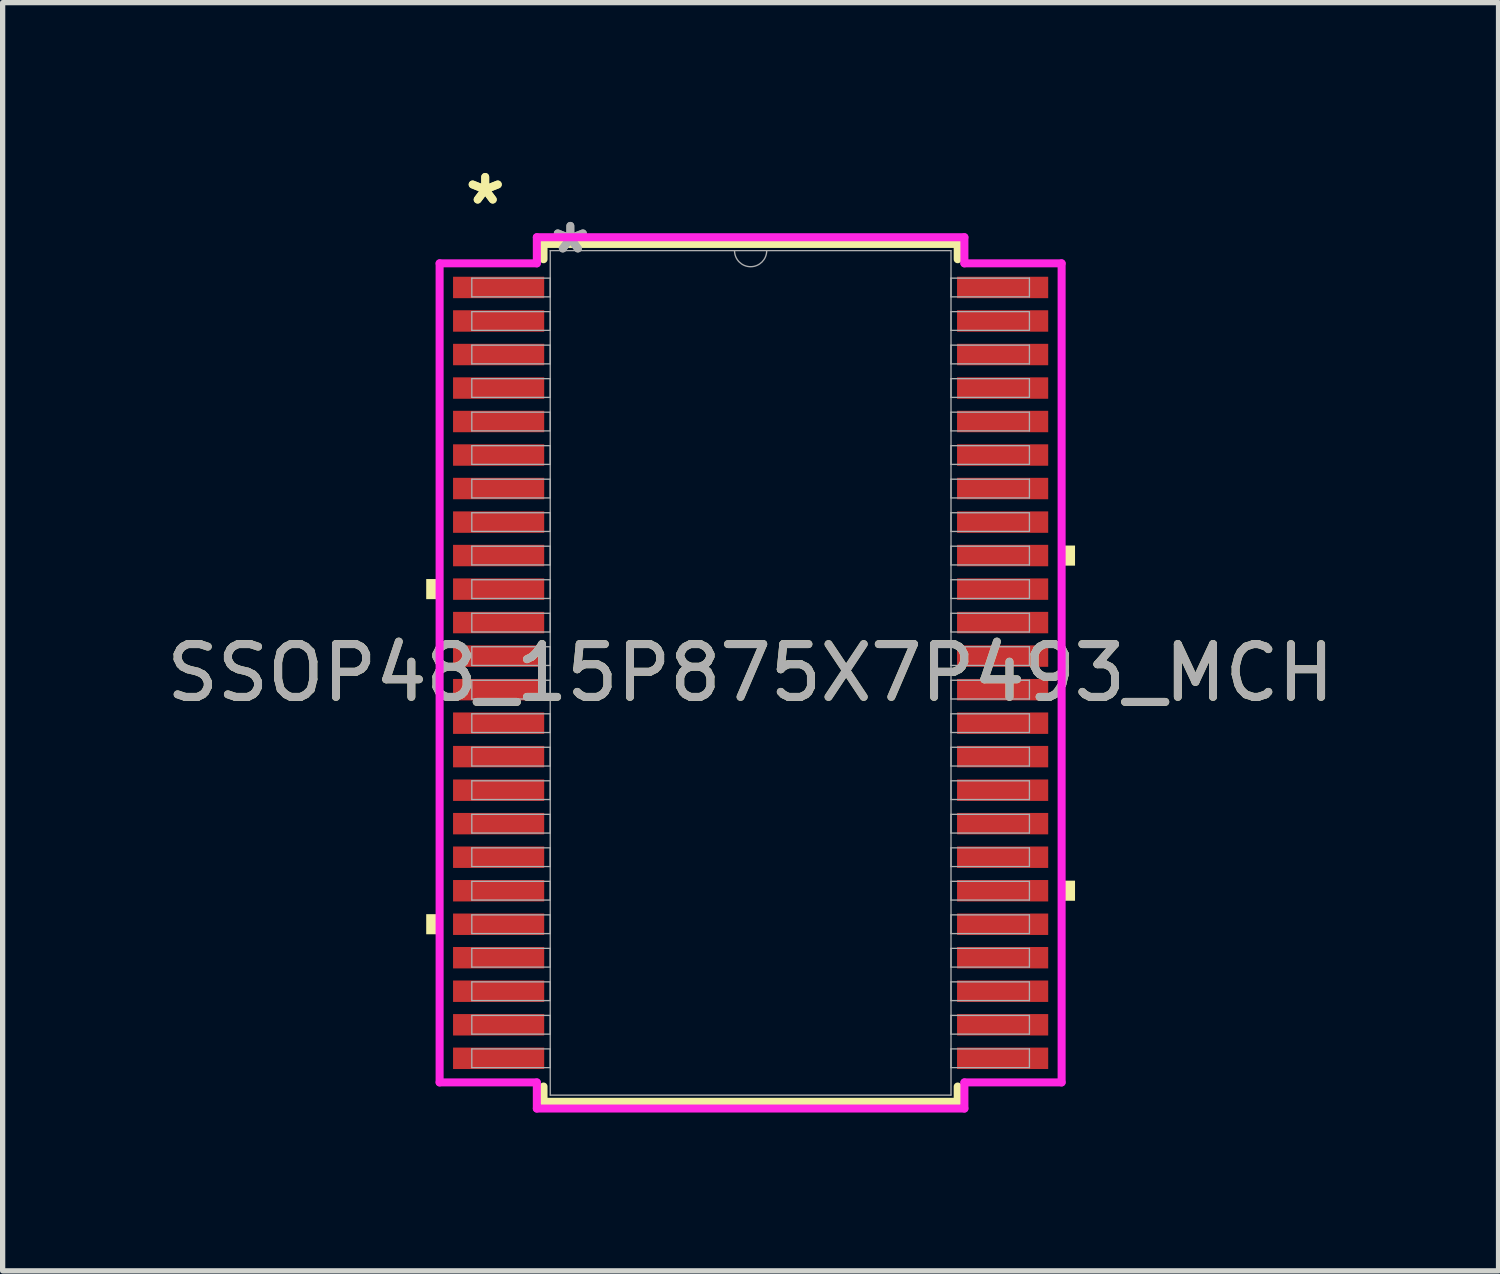
<source format=kicad_pcb>
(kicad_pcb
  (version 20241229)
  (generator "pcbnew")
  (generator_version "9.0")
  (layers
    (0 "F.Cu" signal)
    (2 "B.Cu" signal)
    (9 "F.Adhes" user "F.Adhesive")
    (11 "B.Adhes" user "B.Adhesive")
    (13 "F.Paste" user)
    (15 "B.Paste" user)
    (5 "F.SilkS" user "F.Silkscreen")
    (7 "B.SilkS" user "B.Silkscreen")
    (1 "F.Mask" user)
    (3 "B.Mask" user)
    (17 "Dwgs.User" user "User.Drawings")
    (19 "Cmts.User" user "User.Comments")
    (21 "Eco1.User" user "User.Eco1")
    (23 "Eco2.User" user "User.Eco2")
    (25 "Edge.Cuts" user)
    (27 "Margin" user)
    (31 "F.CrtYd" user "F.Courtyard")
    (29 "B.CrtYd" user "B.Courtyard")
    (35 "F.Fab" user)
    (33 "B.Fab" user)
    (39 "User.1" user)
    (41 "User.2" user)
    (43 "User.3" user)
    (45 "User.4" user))
  (footprint "SSOP48_15P875X7P493_MCH"
    (layer "F.Cu")
    (at 11.173 9.7)
    (property "Reference" "SSOP48_15P875X7P493_MCH" (at 0 0 0) (unlocked yes) (layer "F.SilkS") (effects (font (size 1 1) (thickness 0.15))))
    (attr smd)
    (fp_line (start -3.924 -8.128) (end -3.924 -7.838) (stroke (width 0.152) (type solid)) (layer "F.SilkS"))
    (fp_line (start -3.924 7.838) (end -3.924 8.128) (stroke (width 0.152) (type solid)) (layer "F.SilkS"))
    (fp_line (start -3.924 8.128) (end 3.924 8.128) (stroke (width 0.152) (type solid)) (layer "F.SilkS"))
    (fp_line (start 3.924 -8.128) (end -3.924 -8.128) (stroke (width 0.152) (type solid)) (layer "F.SilkS"))
    (fp_line (start 3.924 -7.838) (end 3.924 -8.128) (stroke (width 0.152) (type solid)) (layer "F.SilkS"))
    (fp_line (start 3.924 8.128) (end 3.924 7.838) (stroke (width 0.152) (type solid)) (layer "F.SilkS"))
    (fp_poly (pts (xy -6.147 -1.778) (xy -6.147 -1.397) (xy -5.893 -1.397) (xy -5.893 -1.778)) (stroke (width 0) (type solid)) (fill yes) (layer "F.SilkS"))
    (fp_poly (pts (xy -6.147 4.572) (xy -6.147 4.953) (xy -5.893 4.953) (xy -5.893 4.572)) (stroke (width 0) (type solid)) (fill yes) (layer "F.SilkS"))
    (fp_poly (pts (xy 6.147 -2.413) (xy 6.147 -2.032) (xy 5.893 -2.032) (xy 5.893 -2.413)) (stroke (width 0) (type solid)) (fill yes) (layer "F.SilkS"))
    (fp_poly (pts (xy 6.147 3.937) (xy 6.147 4.318) (xy 5.893 4.318) (xy 5.893 3.937)) (stroke (width 0) (type solid)) (fill yes) (layer "F.SilkS"))
    (fp_line (start -5.893 -7.76) (end -4.051 -7.76) (stroke (width 0.152) (type solid)) (layer "F.CrtYd"))
    (fp_line (start -5.893 7.76) (end -5.893 -7.76) (stroke (width 0.152) (type solid)) (layer "F.CrtYd"))
    (fp_line (start -5.893 7.76) (end -4.051 7.76) (stroke (width 0.152) (type solid)) (layer "F.CrtYd"))
    (fp_line (start -4.051 -8.255) (end 4.051 -8.255) (stroke (width 0.152) (type solid)) (layer "F.CrtYd"))
    (fp_line (start -4.051 -7.76) (end -4.051 -8.255) (stroke (width 0.152) (type solid)) (layer "F.CrtYd"))
    (fp_line (start -4.051 8.255) (end -4.051 7.76) (stroke (width 0.152) (type solid)) (layer "F.CrtYd"))
    (fp_line (start 4.051 -8.255) (end 4.051 -7.76) (stroke (width 0.152) (type solid)) (layer "F.CrtYd"))
    (fp_line (start 4.051 7.76) (end 4.051 8.255) (stroke (width 0.152) (type solid)) (layer "F.CrtYd"))
    (fp_line (start 4.051 8.255) (end -4.051 8.255) (stroke (width 0.152) (type solid)) (layer "F.CrtYd"))
    (fp_line (start 5.893 -7.76) (end 4.051 -7.76) (stroke (width 0.152) (type solid)) (layer "F.CrtYd"))
    (fp_line (start 5.893 -7.76) (end 5.893 7.76) (stroke (width 0.152) (type solid)) (layer "F.CrtYd"))
    (fp_line (start 5.893 7.76) (end 4.051 7.76) (stroke (width 0.152) (type solid)) (layer "F.CrtYd"))
    (fp_line (start -5.283 -7.48) (end -5.283 -7.125) (stroke (width 0.025) (type solid)) (layer "F.Fab"))
    (fp_line (start -5.283 -7.125) (end -3.797 -7.125) (stroke (width 0.025) (type solid)) (layer "F.Fab"))
    (fp_line (start -5.283 -6.845) (end -5.283 -6.49) (stroke (width 0.025) (type solid)) (layer "F.Fab"))
    (fp_line (start -5.283 -6.49) (end -3.797 -6.49) (stroke (width 0.025) (type solid)) (layer "F.Fab"))
    (fp_line (start -5.283 -6.21) (end -5.283 -5.855) (stroke (width 0.025) (type solid)) (layer "F.Fab"))
    (fp_line (start -5.283 -5.855) (end -3.797 -5.855) (stroke (width 0.025) (type solid)) (layer "F.Fab"))
    (fp_line (start -5.283 -5.575) (end -5.283 -5.22) (stroke (width 0.025) (type solid)) (layer "F.Fab"))
    (fp_line (start -5.283 -5.22) (end -3.797 -5.22) (stroke (width 0.025) (type solid)) (layer "F.Fab"))
    (fp_line (start -5.283 -4.94) (end -5.283 -4.585) (stroke (width 0.025) (type solid)) (layer "F.Fab"))
    (fp_line (start -5.283 -4.585) (end -3.797 -4.585) (stroke (width 0.025) (type solid)) (layer "F.Fab"))
    (fp_line (start -5.283 -4.305) (end -5.283 -3.95) (stroke (width 0.025) (type solid)) (layer "F.Fab"))
    (fp_line (start -5.283 -3.95) (end -3.797 -3.95) (stroke (width 0.025) (type solid)) (layer "F.Fab"))
    (fp_line (start -5.283 -3.67) (end -5.283 -3.315) (stroke (width 0.025) (type solid)) (layer "F.Fab"))
    (fp_line (start -5.283 -3.315) (end -3.797 -3.315) (stroke (width 0.025) (type solid)) (layer "F.Fab"))
    (fp_line (start -5.283 -3.035) (end -5.283 -2.68) (stroke (width 0.025) (type solid)) (layer "F.Fab"))
    (fp_line (start -5.283 -2.68) (end -3.797 -2.68) (stroke (width 0.025) (type solid)) (layer "F.Fab"))
    (fp_line (start -5.283 -2.4) (end -5.283 -2.045) (stroke (width 0.025) (type solid)) (layer "F.Fab"))
    (fp_line (start -5.283 -2.045) (end -3.797 -2.045) (stroke (width 0.025) (type solid)) (layer "F.Fab"))
    (fp_line (start -5.283 -1.765) (end -5.283 -1.41) (stroke (width 0.025) (type solid)) (layer "F.Fab"))
    (fp_line (start -5.283 -1.41) (end -3.797 -1.41) (stroke (width 0.025) (type solid)) (layer "F.Fab"))
    (fp_line (start -5.283 -1.13) (end -5.283 -0.775) (stroke (width 0.025) (type solid)) (layer "F.Fab"))
    (fp_line (start -5.283 -0.775) (end -3.797 -0.775) (stroke (width 0.025) (type solid)) (layer "F.Fab"))
    (fp_line (start -5.283 -0.495) (end -5.283 -0.14) (stroke (width 0.025) (type solid)) (layer "F.Fab"))
    (fp_line (start -5.283 -0.14) (end -3.797 -0.14) (stroke (width 0.025) (type solid)) (layer "F.Fab"))
    (fp_line (start -5.283 0.14) (end -5.283 0.495) (stroke (width 0.025) (type solid)) (layer "F.Fab"))
    (fp_line (start -5.283 0.495) (end -3.797 0.495) (stroke (width 0.025) (type solid)) (layer "F.Fab"))
    (fp_line (start -5.283 0.775) (end -5.283 1.13) (stroke (width 0.025) (type solid)) (layer "F.Fab"))
    (fp_line (start -5.283 1.13) (end -3.797 1.13) (stroke (width 0.025) (type solid)) (layer "F.Fab"))
    (fp_line (start -5.283 1.41) (end -5.283 1.765) (stroke (width 0.025) (type solid)) (layer "F.Fab"))
    (fp_line (start -5.283 1.765) (end -3.797 1.765) (stroke (width 0.025) (type solid)) (layer "F.Fab"))
    (fp_line (start -5.283 2.045) (end -5.283 2.4) (stroke (width 0.025) (type solid)) (layer "F.Fab"))
    (fp_line (start -5.283 2.4) (end -3.797 2.4) (stroke (width 0.025) (type solid)) (layer "F.Fab"))
    (fp_line (start -5.283 2.68) (end -5.283 3.035) (stroke (width 0.025) (type solid)) (layer "F.Fab"))
    (fp_line (start -5.283 3.035) (end -3.797 3.035) (stroke (width 0.025) (type solid)) (layer "F.Fab"))
    (fp_line (start -5.283 3.315) (end -5.283 3.67) (stroke (width 0.025) (type solid)) (layer "F.Fab"))
    (fp_line (start -5.283 3.67) (end -3.797 3.67) (stroke (width 0.025) (type solid)) (layer "F.Fab"))
    (fp_line (start -5.283 3.95) (end -5.283 4.305) (stroke (width 0.025) (type solid)) (layer "F.Fab"))
    (fp_line (start -5.283 4.305) (end -3.797 4.305) (stroke (width 0.025) (type solid)) (layer "F.Fab"))
    (fp_line (start -5.283 4.585) (end -5.283 4.94) (stroke (width 0.025) (type solid)) (layer "F.Fab"))
    (fp_line (start -5.283 4.94) (end -3.797 4.94) (stroke (width 0.025) (type solid)) (layer "F.Fab"))
    (fp_line (start -5.283 5.22) (end -5.283 5.575) (stroke (width 0.025) (type solid)) (layer "F.Fab"))
    (fp_line (start -5.283 5.575) (end -3.797 5.575) (stroke (width 0.025) (type solid)) (layer "F.Fab"))
    (fp_line (start -5.283 5.855) (end -5.283 6.21) (stroke (width 0.025) (type solid)) (layer "F.Fab"))
    (fp_line (start -5.283 6.21) (end -3.797 6.21) (stroke (width 0.025) (type solid)) (layer "F.Fab"))
    (fp_line (start -5.283 6.49) (end -5.283 6.845) (stroke (width 0.025) (type solid)) (layer "F.Fab"))
    (fp_line (start -5.283 6.845) (end -3.797 6.845) (stroke (width 0.025) (type solid)) (layer "F.Fab"))
    (fp_line (start -5.283 7.125) (end -5.283 7.48) (stroke (width 0.025) (type solid)) (layer "F.Fab"))
    (fp_line (start -5.283 7.48) (end -3.797 7.48) (stroke (width 0.025) (type solid)) (layer "F.Fab"))
    (fp_line (start -3.797 -8.001) (end -3.797 8.001) (stroke (width 0.025) (type solid)) (layer "F.Fab"))
    (fp_line (start -3.797 -7.48) (end -5.283 -7.48) (stroke (width 0.025) (type solid)) (layer "F.Fab"))
    (fp_line (start -3.797 -7.125) (end -3.797 -7.48) (stroke (width 0.025) (type solid)) (layer "F.Fab"))
    (fp_line (start -3.797 -6.845) (end -5.283 -6.845) (stroke (width 0.025) (type solid)) (layer "F.Fab"))
    (fp_line (start -3.797 -6.49) (end -3.797 -6.845) (stroke (width 0.025) (type solid)) (layer "F.Fab"))
    (fp_line (start -3.797 -6.21) (end -5.283 -6.21) (stroke (width 0.025) (type solid)) (layer "F.Fab"))
    (fp_line (start -3.797 -5.855) (end -3.797 -6.21) (stroke (width 0.025) (type solid)) (layer "F.Fab"))
    (fp_line (start -3.797 -5.575) (end -5.283 -5.575) (stroke (width 0.025) (type solid)) (layer "F.Fab"))
    (fp_line (start -3.797 -5.22) (end -3.797 -5.575) (stroke (width 0.025) (type solid)) (layer "F.Fab"))
    (fp_line (start -3.797 -4.94) (end -5.283 -4.94) (stroke (width 0.025) (type solid)) (layer "F.Fab"))
    (fp_line (start -3.797 -4.585) (end -3.797 -4.94) (stroke (width 0.025) (type solid)) (layer "F.Fab"))
    (fp_line (start -3.797 -4.305) (end -5.283 -4.305) (stroke (width 0.025) (type solid)) (layer "F.Fab"))
    (fp_line (start -3.797 -3.95) (end -3.797 -4.305) (stroke (width 0.025) (type solid)) (layer "F.Fab"))
    (fp_line (start -3.797 -3.67) (end -5.283 -3.67) (stroke (width 0.025) (type solid)) (layer "F.Fab"))
    (fp_line (start -3.797 -3.315) (end -3.797 -3.67) (stroke (width 0.025) (type solid)) (layer "F.Fab"))
    (fp_line (start -3.797 -3.035) (end -5.283 -3.035) (stroke (width 0.025) (type solid)) (layer "F.Fab"))
    (fp_line (start -3.797 -2.68) (end -3.797 -3.035) (stroke (width 0.025) (type solid)) (layer "F.Fab"))
    (fp_line (start -3.797 -2.4) (end -5.283 -2.4) (stroke (width 0.025) (type solid)) (layer "F.Fab"))
    (fp_line (start -3.797 -2.045) (end -3.797 -2.4) (stroke (width 0.025) (type solid)) (layer "F.Fab"))
    (fp_line (start -3.797 -1.765) (end -5.283 -1.765) (stroke (width 0.025) (type solid)) (layer "F.Fab"))
    (fp_line (start -3.797 -1.41) (end -3.797 -1.765) (stroke (width 0.025) (type solid)) (layer "F.Fab"))
    (fp_line (start -3.797 -1.13) (end -5.283 -1.13) (stroke (width 0.025) (type solid)) (layer "F.Fab"))
    (fp_line (start -3.797 -0.775) (end -3.797 -1.13) (stroke (width 0.025) (type solid)) (layer "F.Fab"))
    (fp_line (start -3.797 -0.495) (end -5.283 -0.495) (stroke (width 0.025) (type solid)) (layer "F.Fab"))
    (fp_line (start -3.797 -0.14) (end -3.797 -0.495) (stroke (width 0.025) (type solid)) (layer "F.Fab"))
    (fp_line (start -3.797 0.14) (end -5.283 0.14) (stroke (width 0.025) (type solid)) (layer "F.Fab"))
    (fp_line (start -3.797 0.495) (end -3.797 0.14) (stroke (width 0.025) (type solid)) (layer "F.Fab"))
    (fp_line (start -3.797 0.775) (end -5.283 0.775) (stroke (width 0.025) (type solid)) (layer "F.Fab"))
    (fp_line (start -3.797 1.13) (end -3.797 0.775) (stroke (width 0.025) (type solid)) (layer "F.Fab"))
    (fp_line (start -3.797 1.41) (end -5.283 1.41) (stroke (width 0.025) (type solid)) (layer "F.Fab"))
    (fp_line (start -3.797 1.765) (end -3.797 1.41) (stroke (width 0.025) (type solid)) (layer "F.Fab"))
    (fp_line (start -3.797 2.045) (end -5.283 2.045) (stroke (width 0.025) (type solid)) (layer "F.Fab"))
    (fp_line (start -3.797 2.4) (end -3.797 2.045) (stroke (width 0.025) (type solid)) (layer "F.Fab"))
    (fp_line (start -3.797 2.68) (end -5.283 2.68) (stroke (width 0.025) (type solid)) (layer "F.Fab"))
    (fp_line (start -3.797 3.035) (end -3.797 2.68) (stroke (width 0.025) (type solid)) (layer "F.Fab"))
    (fp_line (start -3.797 3.315) (end -5.283 3.315) (stroke (width 0.025) (type solid)) (layer "F.Fab"))
    (fp_line (start -3.797 3.67) (end -3.797 3.315) (stroke (width 0.025) (type solid)) (layer "F.Fab"))
    (fp_line (start -3.797 3.95) (end -5.283 3.95) (stroke (width 0.025) (type solid)) (layer "F.Fab"))
    (fp_line (start -3.797 4.305) (end -3.797 3.95) (stroke (width 0.025) (type solid)) (layer "F.Fab"))
    (fp_line (start -3.797 4.585) (end -5.283 4.585) (stroke (width 0.025) (type solid)) (layer "F.Fab"))
    (fp_line (start -3.797 4.94) (end -3.797 4.585) (stroke (width 0.025) (type solid)) (layer "F.Fab"))
    (fp_line (start -3.797 5.22) (end -5.283 5.22) (stroke (width 0.025) (type solid)) (layer "F.Fab"))
    (fp_line (start -3.797 5.575) (end -3.797 5.22) (stroke (width 0.025) (type solid)) (layer "F.Fab"))
    (fp_line (start -3.797 5.855) (end -5.283 5.855) (stroke (width 0.025) (type solid)) (layer "F.Fab"))
    (fp_line (start -3.797 6.21) (end -3.797 5.855) (stroke (width 0.025) (type solid)) (layer "F.Fab"))
    (fp_line (start -3.797 6.49) (end -5.283 6.49) (stroke (width 0.025) (type solid)) (layer "F.Fab"))
    (fp_line (start -3.797 6.845) (end -3.797 6.49) (stroke (width 0.025) (type solid)) (layer "F.Fab"))
    (fp_line (start -3.797 7.125) (end -5.283 7.125) (stroke (width 0.025) (type solid)) (layer "F.Fab"))
    (fp_line (start -3.797 7.48) (end -3.797 7.125) (stroke (width 0.025) (type solid)) (layer "F.Fab"))
    (fp_line (start -3.797 8.001) (end 3.797 8.001) (stroke (width 0.025) (type solid)) (layer "F.Fab"))
    (fp_line (start 3.797 -8.001) (end -3.797 -8.001) (stroke (width 0.025) (type solid)) (layer "F.Fab"))
    (fp_line (start 3.797 -7.48) (end 3.797 -7.125) (stroke (width 0.025) (type solid)) (layer "F.Fab"))
    (fp_line (start 3.797 -7.125) (end 5.283 -7.125) (stroke (width 0.025) (type solid)) (layer "F.Fab"))
    (fp_line (start 3.797 -6.845) (end 3.797 -6.49) (stroke (width 0.025) (type solid)) (layer "F.Fab"))
    (fp_line (start 3.797 -6.49) (end 5.283 -6.49) (stroke (width 0.025) (type solid)) (layer "F.Fab"))
    (fp_line (start 3.797 -6.21) (end 3.797 -5.855) (stroke (width 0.025) (type solid)) (layer "F.Fab"))
    (fp_line (start 3.797 -5.855) (end 5.283 -5.855) (stroke (width 0.025) (type solid)) (layer "F.Fab"))
    (fp_line (start 3.797 -5.575) (end 3.797 -5.22) (stroke (width 0.025) (type solid)) (layer "F.Fab"))
    (fp_line (start 3.797 -5.22) (end 5.283 -5.22) (stroke (width 0.025) (type solid)) (layer "F.Fab"))
    (fp_line (start 3.797 -4.94) (end 3.797 -4.585) (stroke (width 0.025) (type solid)) (layer "F.Fab"))
    (fp_line (start 3.797 -4.585) (end 5.283 -4.585) (stroke (width 0.025) (type solid)) (layer "F.Fab"))
    (fp_line (start 3.797 -4.305) (end 3.797 -3.95) (stroke (width 0.025) (type solid)) (layer "F.Fab"))
    (fp_line (start 3.797 -3.95) (end 5.283 -3.95) (stroke (width 0.025) (type solid)) (layer "F.Fab"))
    (fp_line (start 3.797 -3.67) (end 3.797 -3.315) (stroke (width 0.025) (type solid)) (layer "F.Fab"))
    (fp_line (start 3.797 -3.315) (end 5.283 -3.315) (stroke (width 0.025) (type solid)) (layer "F.Fab"))
    (fp_line (start 3.797 -3.035) (end 3.797 -2.68) (stroke (width 0.025) (type solid)) (layer "F.Fab"))
    (fp_line (start 3.797 -2.68) (end 5.283 -2.68) (stroke (width 0.025) (type solid)) (layer "F.Fab"))
    (fp_line (start 3.797 -2.4) (end 3.797 -2.045) (stroke (width 0.025) (type solid)) (layer "F.Fab"))
    (fp_line (start 3.797 -2.045) (end 5.283 -2.045) (stroke (width 0.025) (type solid)) (layer "F.Fab"))
    (fp_line (start 3.797 -1.765) (end 3.797 -1.41) (stroke (width 0.025) (type solid)) (layer "F.Fab"))
    (fp_line (start 3.797 -1.41) (end 5.283 -1.41) (stroke (width 0.025) (type solid)) (layer "F.Fab"))
    (fp_line (start 3.797 -1.13) (end 3.797 -0.775) (stroke (width 0.025) (type solid)) (layer "F.Fab"))
    (fp_line (start 3.797 -0.775) (end 5.283 -0.775) (stroke (width 0.025) (type solid)) (layer "F.Fab"))
    (fp_line (start 3.797 -0.495) (end 3.797 -0.14) (stroke (width 0.025) (type solid)) (layer "F.Fab"))
    (fp_line (start 3.797 -0.14) (end 5.283 -0.14) (stroke (width 0.025) (type solid)) (layer "F.Fab"))
    (fp_line (start 3.797 0.14) (end 3.797 0.495) (stroke (width 0.025) (type solid)) (layer "F.Fab"))
    (fp_line (start 3.797 0.495) (end 5.283 0.495) (stroke (width 0.025) (type solid)) (layer "F.Fab"))
    (fp_line (start 3.797 0.775) (end 3.797 1.13) (stroke (width 0.025) (type solid)) (layer "F.Fab"))
    (fp_line (start 3.797 1.13) (end 5.283 1.13) (stroke (width 0.025) (type solid)) (layer "F.Fab"))
    (fp_line (start 3.797 1.41) (end 3.797 1.765) (stroke (width 0.025) (type solid)) (layer "F.Fab"))
    (fp_line (start 3.797 1.765) (end 5.283 1.765) (stroke (width 0.025) (type solid)) (layer "F.Fab"))
    (fp_line (start 3.797 2.045) (end 3.797 2.4) (stroke (width 0.025) (type solid)) (layer "F.Fab"))
    (fp_line (start 3.797 2.4) (end 5.283 2.4) (stroke (width 0.025) (type solid)) (layer "F.Fab"))
    (fp_line (start 3.797 2.68) (end 3.797 3.035) (stroke (width 0.025) (type solid)) (layer "F.Fab"))
    (fp_line (start 3.797 3.035) (end 5.283 3.035) (stroke (width 0.025) (type solid)) (layer "F.Fab"))
    (fp_line (start 3.797 3.315) (end 3.797 3.67) (stroke (width 0.025) (type solid)) (layer "F.Fab"))
    (fp_line (start 3.797 3.67) (end 5.283 3.67) (stroke (width 0.025) (type solid)) (layer "F.Fab"))
    (fp_line (start 3.797 3.95) (end 3.797 4.305) (stroke (width 0.025) (type solid)) (layer "F.Fab"))
    (fp_line (start 3.797 4.305) (end 5.283 4.305) (stroke (width 0.025) (type solid)) (layer "F.Fab"))
    (fp_line (start 3.797 4.585) (end 3.797 4.94) (stroke (width 0.025) (type solid)) (layer "F.Fab"))
    (fp_line (start 3.797 4.94) (end 5.283 4.94) (stroke (width 0.025) (type solid)) (layer "F.Fab"))
    (fp_line (start 3.797 5.22) (end 3.797 5.575) (stroke (width 0.025) (type solid)) (layer "F.Fab"))
    (fp_line (start 3.797 5.575) (end 5.283 5.575) (stroke (width 0.025) (type solid)) (layer "F.Fab"))
    (fp_line (start 3.797 5.855) (end 3.797 6.21) (stroke (width 0.025) (type solid)) (layer "F.Fab"))
    (fp_line (start 3.797 6.21) (end 5.283 6.21) (stroke (width 0.025) (type solid)) (layer "F.Fab"))
    (fp_line (start 3.797 6.49) (end 3.797 6.845) (stroke (width 0.025) (type solid)) (layer "F.Fab"))
    (fp_line (start 3.797 6.845) (end 5.283 6.845) (stroke (width 0.025) (type solid)) (layer "F.Fab"))
    (fp_line (start 3.797 7.125) (end 3.797 7.48) (stroke (width 0.025) (type solid)) (layer "F.Fab"))
    (fp_line (start 3.797 7.48) (end 5.283 7.48) (stroke (width 0.025) (type solid)) (layer "F.Fab"))
    (fp_line (start 3.797 8.001) (end 3.797 -8.001) (stroke (width 0.025) (type solid)) (layer "F.Fab"))
    (fp_line (start 5.283 -7.48) (end 3.797 -7.48) (stroke (width 0.025) (type solid)) (layer "F.Fab"))
    (fp_line (start 5.283 -7.125) (end 5.283 -7.48) (stroke (width 0.025) (type solid)) (layer "F.Fab"))
    (fp_line (start 5.283 -6.845) (end 3.797 -6.845) (stroke (width 0.025) (type solid)) (layer "F.Fab"))
    (fp_line (start 5.283 -6.49) (end 5.283 -6.845) (stroke (width 0.025) (type solid)) (layer "F.Fab"))
    (fp_line (start 5.283 -6.21) (end 3.797 -6.21) (stroke (width 0.025) (type solid)) (layer "F.Fab"))
    (fp_line (start 5.283 -5.855) (end 5.283 -6.21) (stroke (width 0.025) (type solid)) (layer "F.Fab"))
    (fp_line (start 5.283 -5.575) (end 3.797 -5.575) (stroke (width 0.025) (type solid)) (layer "F.Fab"))
    (fp_line (start 5.283 -5.22) (end 5.283 -5.575) (stroke (width 0.025) (type solid)) (layer "F.Fab"))
    (fp_line (start 5.283 -4.94) (end 3.797 -4.94) (stroke (width 0.025) (type solid)) (layer "F.Fab"))
    (fp_line (start 5.283 -4.585) (end 5.283 -4.94) (stroke (width 0.025) (type solid)) (layer "F.Fab"))
    (fp_line (start 5.283 -4.305) (end 3.797 -4.305) (stroke (width 0.025) (type solid)) (layer "F.Fab"))
    (fp_line (start 5.283 -3.95) (end 5.283 -4.305) (stroke (width 0.025) (type solid)) (layer "F.Fab"))
    (fp_line (start 5.283 -3.67) (end 3.797 -3.67) (stroke (width 0.025) (type solid)) (layer "F.Fab"))
    (fp_line (start 5.283 -3.315) (end 5.283 -3.67) (stroke (width 0.025) (type solid)) (layer "F.Fab"))
    (fp_line (start 5.283 -3.035) (end 3.797 -3.035) (stroke (width 0.025) (type solid)) (layer "F.Fab"))
    (fp_line (start 5.283 -2.68) (end 5.283 -3.035) (stroke (width 0.025) (type solid)) (layer "F.Fab"))
    (fp_line (start 5.283 -2.4) (end 3.797 -2.4) (stroke (width 0.025) (type solid)) (layer "F.Fab"))
    (fp_line (start 5.283 -2.045) (end 5.283 -2.4) (stroke (width 0.025) (type solid)) (layer "F.Fab"))
    (fp_line (start 5.283 -1.765) (end 3.797 -1.765) (stroke (width 0.025) (type solid)) (layer "F.Fab"))
    (fp_line (start 5.283 -1.41) (end 5.283 -1.765) (stroke (width 0.025) (type solid)) (layer "F.Fab"))
    (fp_line (start 5.283 -1.13) (end 3.797 -1.13) (stroke (width 0.025) (type solid)) (layer "F.Fab"))
    (fp_line (start 5.283 -0.775) (end 5.283 -1.13) (stroke (width 0.025) (type solid)) (layer "F.Fab"))
    (fp_line (start 5.283 -0.495) (end 3.797 -0.495) (stroke (width 0.025) (type solid)) (layer "F.Fab"))
    (fp_line (start 5.283 -0.14) (end 5.283 -0.495) (stroke (width 0.025) (type solid)) (layer "F.Fab"))
    (fp_line (start 5.283 0.14) (end 3.797 0.14) (stroke (width 0.025) (type solid)) (layer "F.Fab"))
    (fp_line (start 5.283 0.495) (end 5.283 0.14) (stroke (width 0.025) (type solid)) (layer "F.Fab"))
    (fp_line (start 5.283 0.775) (end 3.797 0.775) (stroke (width 0.025) (type solid)) (layer "F.Fab"))
    (fp_line (start 5.283 1.13) (end 5.283 0.775) (stroke (width 0.025) (type solid)) (layer "F.Fab"))
    (fp_line (start 5.283 1.41) (end 3.797 1.41) (stroke (width 0.025) (type solid)) (layer "F.Fab"))
    (fp_line (start 5.283 1.765) (end 5.283 1.41) (stroke (width 0.025) (type solid)) (layer "F.Fab"))
    (fp_line (start 5.283 2.045) (end 3.797 2.045) (stroke (width 0.025) (type solid)) (layer "F.Fab"))
    (fp_line (start 5.283 2.4) (end 5.283 2.045) (stroke (width 0.025) (type solid)) (layer "F.Fab"))
    (fp_line (start 5.283 2.68) (end 3.797 2.68) (stroke (width 0.025) (type solid)) (layer "F.Fab"))
    (fp_line (start 5.283 3.035) (end 5.283 2.68) (stroke (width 0.025) (type solid)) (layer "F.Fab"))
    (fp_line (start 5.283 3.315) (end 3.797 3.315) (stroke (width 0.025) (type solid)) (layer "F.Fab"))
    (fp_line (start 5.283 3.67) (end 5.283 3.315) (stroke (width 0.025) (type solid)) (layer "F.Fab"))
    (fp_line (start 5.283 3.95) (end 3.797 3.95) (stroke (width 0.025) (type solid)) (layer "F.Fab"))
    (fp_line (start 5.283 4.305) (end 5.283 3.95) (stroke (width 0.025) (type solid)) (layer "F.Fab"))
    (fp_line (start 5.283 4.585) (end 3.797 4.585) (stroke (width 0.025) (type solid)) (layer "F.Fab"))
    (fp_line (start 5.283 4.94) (end 5.283 4.585) (stroke (width 0.025) (type solid)) (layer "F.Fab"))
    (fp_line (start 5.283 5.22) (end 3.797 5.22) (stroke (width 0.025) (type solid)) (layer "F.Fab"))
    (fp_line (start 5.283 5.575) (end 5.283 5.22) (stroke (width 0.025) (type solid)) (layer "F.Fab"))
    (fp_line (start 5.283 5.855) (end 3.797 5.855) (stroke (width 0.025) (type solid)) (layer "F.Fab"))
    (fp_line (start 5.283 6.21) (end 5.283 5.855) (stroke (width 0.025) (type solid)) (layer "F.Fab"))
    (fp_line (start 5.283 6.49) (end 3.797 6.49) (stroke (width 0.025) (type solid)) (layer "F.Fab"))
    (fp_line (start 5.283 6.845) (end 5.283 6.49) (stroke (width 0.025) (type solid)) (layer "F.Fab"))
    (fp_line (start 5.283 7.125) (end 3.797 7.125) (stroke (width 0.025) (type solid)) (layer "F.Fab"))
    (fp_line (start 5.283 7.48) (end 5.283 7.125) (stroke (width 0.025) (type solid)) (layer "F.Fab"))
    (fp_arc (start 0.3048 -8.001) (mid 0 -7.6962) (end -0.3048 -8.001) (stroke (width 0.0254) (type solid)) (layer "F.Fab"))
    (fp_text user "*" (at -5.029 -8.852 0) (layer "F.SilkS") (effects (font (size 1 1) (thickness 0.15))))
    (fp_text user "*" (at -5.029 -8.852 0) (unlocked yes) (layer "F.SilkS") (effects (font (size 1 1) (thickness 0.15))))
    (fp_text user "*" (at -3.416 -7.925 0) (unlocked yes) (layer "F.Fab") (effects (font (size 1 1) (thickness 0.15))))
    (fp_text user "*" (at -3.416 -7.925 0) (layer "F.Fab") (effects (font (size 1 1) (thickness 0.15))))
    (fp_text user "${REFERENCE}" (at 0 0 0) (unlocked yes) (layer "F.Fab") (effects (font (size 1 1) (thickness 0.15))))
    (pad "1" smd rect (at -4.775 -7.303) (size 1.727 0.406) (layers "F.Cu" "F.Mask" "F.Paste"))
    (pad "2" smd rect (at -4.775 -6.668) (size 1.727 0.406) (layers "F.Cu" "F.Mask" "F.Paste"))
    (pad "3" smd rect (at -4.775 -6.032) (size 1.727 0.406) (layers "F.Cu" "F.Mask" "F.Paste"))
    (pad "4" smd rect (at -4.775 -5.397) (size 1.727 0.406) (layers "F.Cu" "F.Mask" "F.Paste"))
    (pad "5" smd rect (at -4.775 -4.763) (size 1.727 0.406) (layers "F.Cu" "F.Mask" "F.Paste"))
    (pad "6" smd rect (at -4.775 -4.128) (size 1.727 0.406) (layers "F.Cu" "F.Mask" "F.Paste"))
    (pad "7" smd rect (at -4.775 -3.493) (size 1.727 0.406) (layers "F.Cu" "F.Mask" "F.Paste"))
    (pad "8" smd rect (at -4.775 -2.857) (size 1.727 0.406) (layers "F.Cu" "F.Mask" "F.Paste"))
    (pad "9" smd rect (at -4.775 -2.223) (size 1.727 0.406) (layers "F.Cu" "F.Mask" "F.Paste"))
    (pad "10" smd rect (at -4.775 -1.587) (size 1.727 0.406) (layers "F.Cu" "F.Mask" "F.Paste"))
    (pad "11" smd rect (at -4.775 -0.953) (size 1.727 0.406) (layers "F.Cu" "F.Mask" "F.Paste"))
    (pad "12" smd rect (at -4.775 -0.318) (size 1.727 0.406) (layers "F.Cu" "F.Mask" "F.Paste"))
    (pad "13" smd rect (at -4.775 0.318) (size 1.727 0.406) (layers "F.Cu" "F.Mask" "F.Paste"))
    (pad "14" smd rect (at -4.775 0.953) (size 1.727 0.406) (layers "F.Cu" "F.Mask" "F.Paste"))
    (pad "15" smd rect (at -4.775 1.587) (size 1.727 0.406) (layers "F.Cu" "F.Mask" "F.Paste"))
    (pad "16" smd rect (at -4.775 2.223) (size 1.727 0.406) (layers "F.Cu" "F.Mask" "F.Paste"))
    (pad "17" smd rect (at -4.775 2.857) (size 1.727 0.406) (layers "F.Cu" "F.Mask" "F.Paste"))
    (pad "18" smd rect (at -4.775 3.493) (size 1.727 0.406) (layers "F.Cu" "F.Mask" "F.Paste"))
    (pad "19" smd rect (at -4.775 4.128) (size 1.727 0.406) (layers "F.Cu" "F.Mask" "F.Paste"))
    (pad "20" smd rect (at -4.775 4.763) (size 1.727 0.406) (layers "F.Cu" "F.Mask" "F.Paste"))
    (pad "21" smd rect (at -4.775 5.397) (size 1.727 0.406) (layers "F.Cu" "F.Mask" "F.Paste"))
    (pad "22" smd rect (at -4.775 6.032) (size 1.727 0.406) (layers "F.Cu" "F.Mask" "F.Paste"))
    (pad "23" smd rect (at -4.775 6.668) (size 1.727 0.406) (layers "F.Cu" "F.Mask" "F.Paste"))
    (pad "24" smd rect (at -4.775 7.303) (size 1.727 0.406) (layers "F.Cu" "F.Mask" "F.Paste"))
    (pad "25" smd rect (at 4.775 7.303) (size 1.727 0.406) (layers "F.Cu" "F.Mask" "F.Paste"))
    (pad "26" smd rect (at 4.775 6.668) (size 1.727 0.406) (layers "F.Cu" "F.Mask" "F.Paste"))
    (pad "27" smd rect (at 4.775 6.032) (size 1.727 0.406) (layers "F.Cu" "F.Mask" "F.Paste"))
    (pad "28" smd rect (at 4.775 5.397) (size 1.727 0.406) (layers "F.Cu" "F.Mask" "F.Paste"))
    (pad "29" smd rect (at 4.775 4.763) (size 1.727 0.406) (layers "F.Cu" "F.Mask" "F.Paste"))
    (pad "30" smd rect (at 4.775 4.128) (size 1.727 0.406) (layers "F.Cu" "F.Mask" "F.Paste"))
    (pad "31" smd rect (at 4.775 3.493) (size 1.727 0.406) (layers "F.Cu" "F.Mask" "F.Paste"))
    (pad "32" smd rect (at 4.775 2.857) (size 1.727 0.406) (layers "F.Cu" "F.Mask" "F.Paste"))
    (pad "33" smd rect (at 4.775 2.223) (size 1.727 0.406) (layers "F.Cu" "F.Mask" "F.Paste"))
    (pad "34" smd rect (at 4.775 1.587) (size 1.727 0.406) (layers "F.Cu" "F.Mask" "F.Paste"))
    (pad "35" smd rect (at 4.775 0.953) (size 1.727 0.406) (layers "F.Cu" "F.Mask" "F.Paste"))
    (pad "36" smd rect (at 4.775 0.318) (size 1.727 0.406) (layers "F.Cu" "F.Mask" "F.Paste"))
    (pad "37" smd rect (at 4.775 -0.318) (size 1.727 0.406) (layers "F.Cu" "F.Mask" "F.Paste"))
    (pad "38" smd rect (at 4.775 -0.953) (size 1.727 0.406) (layers "F.Cu" "F.Mask" "F.Paste"))
    (pad "39" smd rect (at 4.775 -1.587) (size 1.727 0.406) (layers "F.Cu" "F.Mask" "F.Paste"))
    (pad "40" smd rect (at 4.775 -2.223) (size 1.727 0.406) (layers "F.Cu" "F.Mask" "F.Paste"))
    (pad "41" smd rect (at 4.775 -2.857) (size 1.727 0.406) (layers "F.Cu" "F.Mask" "F.Paste"))
    (pad "42" smd rect (at 4.775 -3.493) (size 1.727 0.406) (layers "F.Cu" "F.Mask" "F.Paste"))
    (pad "43" smd rect (at 4.775 -4.128) (size 1.727 0.406) (layers "F.Cu" "F.Mask" "F.Paste"))
    (pad "44" smd rect (at 4.775 -4.763) (size 1.727 0.406) (layers "F.Cu" "F.Mask" "F.Paste"))
    (pad "45" smd rect (at 4.775 -5.397) (size 1.727 0.406) (layers "F.Cu" "F.Mask" "F.Paste"))
    (pad "46" smd rect (at 4.775 -6.032) (size 1.727 0.406) (layers "F.Cu" "F.Mask" "F.Paste"))
    (pad "47" smd rect (at 4.775 -6.668) (size 1.727 0.406) (layers "F.Cu" "F.Mask" "F.Paste"))
    (pad "48" smd rect (at 4.775 -7.303) (size 1.727 0.406) (layers "F.Cu" "F.Mask" "F.Paste")))
  (gr_rect
    (start -3 -3)
    (end 25.345 21.031)
    (stroke (width 0.1) (type default))
    (fill no)
    (layer "Edge.Cuts")))
</source>
